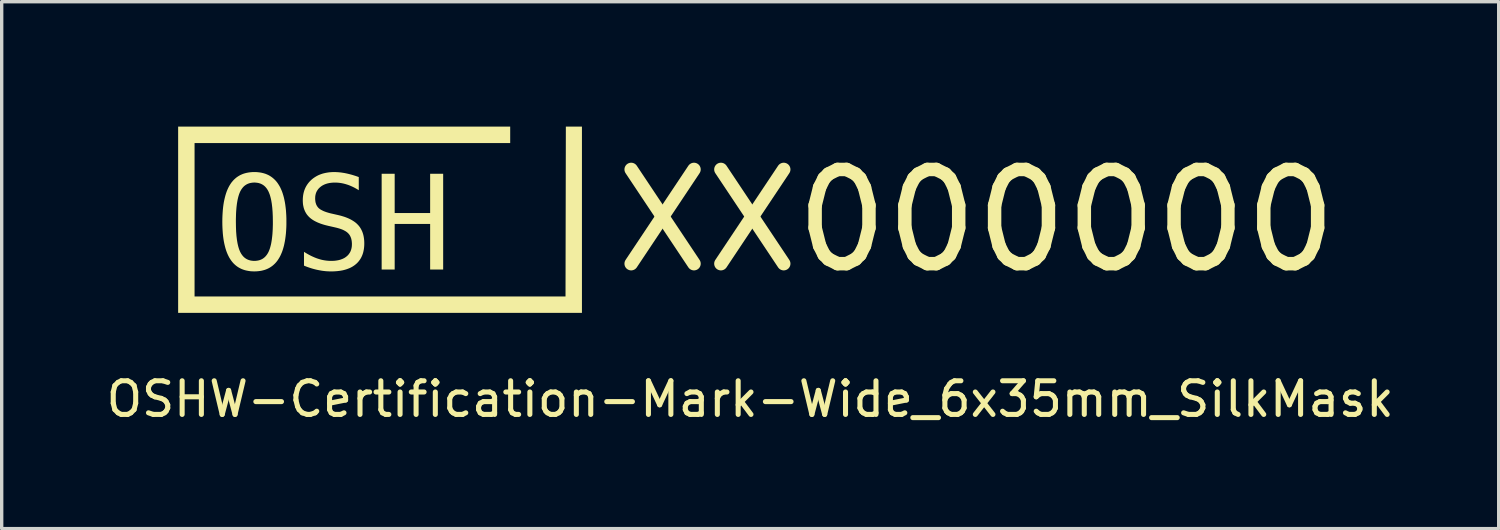
<source format=kicad_pcb>
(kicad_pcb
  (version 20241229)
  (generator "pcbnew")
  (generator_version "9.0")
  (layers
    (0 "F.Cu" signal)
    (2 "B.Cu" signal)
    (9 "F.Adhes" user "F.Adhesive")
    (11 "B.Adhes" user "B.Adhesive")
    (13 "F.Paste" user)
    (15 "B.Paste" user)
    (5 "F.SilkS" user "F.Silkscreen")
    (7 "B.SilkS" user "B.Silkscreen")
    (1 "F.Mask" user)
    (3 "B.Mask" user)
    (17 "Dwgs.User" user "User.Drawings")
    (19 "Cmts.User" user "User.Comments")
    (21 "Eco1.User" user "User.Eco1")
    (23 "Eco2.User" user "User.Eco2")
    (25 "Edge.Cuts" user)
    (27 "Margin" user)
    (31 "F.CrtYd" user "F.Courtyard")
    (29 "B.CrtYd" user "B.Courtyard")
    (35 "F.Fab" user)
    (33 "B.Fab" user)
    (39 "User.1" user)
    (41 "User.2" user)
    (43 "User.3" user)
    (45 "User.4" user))
  (footprint "OSHW-Certification-Mark-Wide_6x35mm_SilkMask"
    (layer "F.Cu")
    (at 19.244 3.111)
    (property "Reference" "OSHW-Certification-Mark-Wide_6x35mm_SilkMask" (at 0 5.7 0) (unlocked yes) (layer "F.SilkS") (effects (font (size 1 1) (thickness 0.15))))
    (attr board_only exclude_from_pos_files exclude_from_bom allow_missing_courtyard)
    (fp_poly (pts (xy -6.939 1.849) (xy -7.304 1.849) (xy -7.69 0.158) (xy -8.075 1.849) (xy -8.44 1.849) (xy -8.865 -0.997) (xy -8.489 -0.997) (xy -8.217 1.313) (xy -7.892 -0.215) (xy -7.49 -0.215) (xy -7.162 1.317) (xy -6.239 -3.111) (xy -5.864 -3.111)) (stroke (width 0) (type solid)) (fill yes) (layer "F.Mask"))
    (fp_poly (pts (xy -13.783 0.429) (xy -13.783 0.429) (xy -13.783 0.429)) (stroke (width 0) (type solid)) (fill yes) (layer "F.SilkS"))
    (fp_poly (pts (xy -5 3.137) (xy -17 3.137) (xy -17 -2.398) (xy -17 -2.398) (xy -7.132 -2.398) (xy -7.132 -1.91) (xy -16.512 -1.91) (xy -16.512 2.649) (xy -5.488 2.649) (xy -5.478 -2.398) (xy -5 -2.398)) (stroke (width 0) (type solid)) (fill yes) (layer "F.SilkS"))
    (fp_poly (pts (xy -10.565 0.17) (xy -9.511 0.17) (xy -9.511 -0.997) (xy -9.124 -0.997) (xy -9.124 1.849) (xy -9.511 1.849) (xy -9.511 0.494) (xy -10.565 0.494) (xy -10.565 1.849) (xy -10.952 1.849) (xy -10.952 -0.997) (xy -10.565 -0.997)) (stroke (width 0) (type solid)) (fill yes) (layer "F.SilkS"))
    (fp_poly (pts (xy -14.676 -1.047) (xy -14.619 -1.042) (xy -14.563 -1.035) (xy -14.51 -1.025) (xy -14.458 -1.012) (xy -14.409 -0.997) (xy -14.361 -0.978) (xy -14.315 -0.957) (xy -14.271 -0.932) (xy -14.23 -0.905) (xy -14.19 -0.875) (xy -14.152 -0.842) (xy -14.116 -0.807) (xy -14.081 -0.768) (xy -14.049 -0.727) (xy -14.019 -0.682) (xy -13.99 -0.635) (xy -13.963 -0.585) (xy -13.939 -0.532) (xy -13.915 -0.476) (xy -13.894 -0.416) (xy -13.875 -0.354) (xy -13.857 -0.289) (xy -13.842 -0.221) (xy -13.828 -0.151) (xy -13.816 -0.077) (xy -13.806 0.0002) (xy -13.797 0.08) (xy -13.791 0.163) (xy -13.786 0.249) (xy -13.783 0.337) (xy -13.783 0.429) (xy -13.783 0.52) (xy -13.786 0.609) (xy -13.791 0.694) (xy -13.797 0.777) (xy -13.806 0.857) (xy -13.816 0.933) (xy -13.828 1.007) (xy -13.842 1.078) (xy -13.857 1.146) (xy -13.875 1.211) (xy -13.894 1.273) (xy -13.915 1.332) (xy -13.939 1.388) (xy -13.963 1.441) (xy -13.99 1.491) (xy -14.019 1.538) (xy -14.034 1.561) (xy -14.049 1.583) (xy -14.065 1.604) (xy -14.081 1.624) (xy -14.098 1.644) (xy -14.116 1.663) (xy -14.133 1.681) (xy -14.152 1.698) (xy -14.17 1.715) (xy -14.19 1.731) (xy -14.209 1.747) (xy -14.23 1.761) (xy -14.25 1.775) (xy -14.271 1.788) (xy -14.293 1.801) (xy -14.315 1.813) (xy -14.338 1.824) (xy -14.361 1.834) (xy -14.385 1.844) (xy -14.409 1.853) (xy -14.433 1.861) (xy -14.458 1.868) (xy -14.484 1.875) (xy -14.51 1.881) (xy -14.536 1.887) (xy -14.563 1.891) (xy -14.619 1.898) (xy -14.676 1.903) (xy -14.736 1.904) (xy -14.795 1.903) (xy -14.852 1.899) (xy -14.908 1.891) (xy -14.961 1.881) (xy -15.013 1.869) (xy -15.062 1.853) (xy -15.11 1.835) (xy -15.156 1.813) (xy -15.2 1.789) (xy -15.242 1.762) (xy -15.282 1.732) (xy -15.32 1.699) (xy -15.356 1.664) (xy -15.39 1.625) (xy -15.422 1.584) (xy -15.452 1.54) (xy -15.481 1.493) (xy -15.507 1.443) (xy -15.532 1.39) (xy -15.555 1.334) (xy -15.576 1.275) (xy -15.595 1.213) (xy -15.612 1.148) (xy -15.628 1.08) (xy -15.642 1.009) (xy -15.654 0.935) (xy -15.664 0.858) (xy -15.672 0.779) (xy -15.678 0.696) (xy -15.683 0.61) (xy -15.686 0.521) (xy -15.687 0.429) (xy -15.284 0.429) (xy -15.282 0.58) (xy -15.277 0.719) (xy -15.267 0.848) (xy -15.253 0.965) (xy -15.244 1.019) (xy -15.235 1.071) (xy -15.224 1.12) (xy -15.213 1.166) (xy -15.2 1.21) (xy -15.187 1.25) (xy -15.172 1.288) (xy -15.157 1.323) (xy -15.14 1.355) (xy -15.131 1.371) (xy -15.122 1.386) (xy -15.112 1.4) (xy -15.102 1.414) (xy -15.092 1.428) (xy -15.082 1.44) (xy -15.071 1.453) (xy -15.06 1.465) (xy -15.049 1.476) (xy -15.037 1.487) (xy -15.025 1.497) (xy -15.012 1.507) (xy -15 1.516) (xy -14.987 1.524) (xy -14.973 1.533) (xy -14.96 1.54) (xy -14.946 1.547) (xy -14.931 1.554) (xy -14.917 1.56) (xy -14.902 1.565) (xy -14.887 1.57) (xy -14.871 1.575) (xy -14.855 1.579) (xy -14.839 1.582) (xy -14.823 1.585) (xy -14.806 1.587) (xy -14.789 1.589) (xy -14.771 1.591) (xy -14.736 1.592) (xy -14.7 1.591) (xy -14.665 1.587) (xy -14.631 1.582) (xy -14.599 1.575) (xy -14.568 1.566) (xy -14.539 1.554) (xy -14.51 1.541) (xy -14.483 1.525) (xy -14.458 1.507) (xy -14.433 1.487) (xy -14.41 1.465) (xy -14.389 1.441) (xy -14.368 1.415) (xy -14.349 1.387) (xy -14.331 1.357) (xy -14.314 1.325) (xy -14.299 1.29) (xy -14.284 1.252) (xy -14.27 1.211) (xy -14.258 1.168) (xy -14.246 1.122) (xy -14.235 1.073) (xy -14.226 1.021) (xy -14.217 0.966) (xy -14.21 0.909) (xy -14.203 0.849) (xy -14.197 0.786) (xy -14.193 0.72) (xy -14.189 0.651) (xy -14.187 0.58) (xy -14.185 0.506) (xy -14.185 0.429) (xy -14.187 0.278) (xy -14.193 0.138) (xy -14.203 0.009) (xy -14.217 -0.109) (xy -14.226 -0.163) (xy -14.235 -0.215) (xy -14.246 -0.264) (xy -14.258 -0.31) (xy -14.27 -0.354) (xy -14.284 -0.394) (xy -14.299 -0.432) (xy -14.314 -0.467) (xy -14.331 -0.499) (xy -14.34 -0.515) (xy -14.349 -0.53) (xy -14.358 -0.544) (xy -14.368 -0.558) (xy -14.378 -0.572) (xy -14.389 -0.584) (xy -14.399 -0.597) (xy -14.41 -0.609) (xy -14.422 -0.62) (xy -14.433 -0.631) (xy -14.445 -0.641) (xy -14.458 -0.651) (xy -14.47 -0.66) (xy -14.483 -0.668) (xy -14.497 -0.677) (xy -14.51 -0.684) (xy -14.524 -0.691) (xy -14.539 -0.698) (xy -14.553 -0.704) (xy -14.568 -0.709) (xy -14.584 -0.714) (xy -14.599 -0.719) (xy -14.615 -0.723) (xy -14.631 -0.726) (xy -14.648 -0.729) (xy -14.665 -0.731) (xy -14.682 -0.733) (xy -14.7 -0.735) (xy -14.736 -0.736) (xy -14.771 -0.735) (xy -14.806 -0.731) (xy -14.839 -0.726) (xy -14.871 -0.719) (xy -14.902 -0.709) (xy -14.931 -0.698) (xy -14.96 -0.684) (xy -14.987 -0.668) (xy -15.012 -0.651) (xy -15.037 -0.631) (xy -15.06 -0.609) (xy -15.082 -0.584) (xy -15.102 -0.558) (xy -15.122 -0.53) (xy -15.14 -0.499) (xy -15.157 -0.467) (xy -15.172 -0.432) (xy -15.187 -0.394) (xy -15.2 -0.354) (xy -15.213 -0.31) (xy -15.224 -0.264) (xy -15.235 -0.215) (xy -15.244 -0.163) (xy -15.253 -0.109) (xy -15.26 -0.051) (xy -15.267 0.009) (xy -15.272 0.072) (xy -15.277 0.138) (xy -15.28 0.206) (xy -15.282 0.278) (xy -15.284 0.352) (xy -15.284 0.429) (xy -15.687 0.429) (xy -15.686 0.337) (xy -15.683 0.249) (xy -15.678 0.163) (xy -15.672 0.08) (xy -15.664 0.0002) (xy -15.654 -0.077) (xy -15.642 -0.151) (xy -15.628 -0.221) (xy -15.612 -0.289) (xy -15.595 -0.354) (xy -15.576 -0.416) (xy -15.555 -0.476) (xy -15.532 -0.532) (xy -15.507 -0.585) (xy -15.481 -0.635) (xy -15.452 -0.682) (xy -15.437 -0.705) (xy -15.422 -0.727) (xy -15.406 -0.748) (xy -15.389 -0.768) (xy -15.372 -0.788) (xy -15.355 -0.807) (xy -15.337 -0.825) (xy -15.319 -0.842) (xy -15.3 -0.859) (xy -15.281 -0.875) (xy -15.261 -0.891) (xy -15.241 -0.905) (xy -15.22 -0.919) (xy -15.199 -0.932) (xy -15.177 -0.945) (xy -15.155 -0.957) (xy -15.132 -0.968) (xy -15.109 -0.978) (xy -15.086 -0.988) (xy -15.061 -0.997) (xy -15.037 -1.005) (xy -15.012 -1.012) (xy -14.986 -1.019) (xy -14.96 -1.025) (xy -14.907 -1.035) (xy -14.852 -1.042) (xy -14.795 -1.047) (xy -14.736 -1.048)) (stroke (width 0) (type solid)) (fill yes) (layer "F.SilkS"))
    (fp_poly (pts (xy -12.317 -1.047) (xy -12.275 -1.045) (xy -12.233 -1.042) (xy -12.19 -1.038) (xy -12.147 -1.033) (xy -12.103 -1.026) (xy -12.058 -1.019) (xy -12.013 -1.01) (xy -11.968 -1) (xy -11.921 -0.989) (xy -11.875 -0.977) (xy -11.827 -0.964) (xy -11.779 -0.949) (xy -11.731 -0.934) (xy -11.682 -0.917) (xy -11.632 -0.899) (xy -11.632 -0.508) (xy -11.676 -0.536) (xy -11.72 -0.561) (xy -11.764 -0.585) (xy -11.808 -0.607) (xy -11.852 -0.627) (xy -11.896 -0.646) (xy -11.94 -0.663) (xy -11.985 -0.678) (xy -12.028 -0.691) (xy -12.073 -0.703) (xy -12.117 -0.713) (xy -12.161 -0.721) (xy -12.205 -0.727) (xy -12.25 -0.732) (xy -12.294 -0.734) (xy -12.339 -0.735) (xy -12.373 -0.735) (xy -12.405 -0.733) (xy -12.437 -0.731) (xy -12.468 -0.727) (xy -12.498 -0.723) (xy -12.527 -0.717) (xy -12.556 -0.711) (xy -12.583 -0.703) (xy -12.61 -0.695) (xy -12.635 -0.685) (xy -12.66 -0.675) (xy -12.684 -0.663) (xy -12.707 -0.651) (xy -12.729 -0.637) (xy -12.75 -0.623) (xy -12.77 -0.607) (xy -12.789 -0.591) (xy -12.807 -0.575) (xy -12.824 -0.557) (xy -12.839 -0.539) (xy -12.853 -0.52) (xy -12.866 -0.5) (xy -12.878 -0.48) (xy -12.889 -0.459) (xy -12.898 -0.438) (xy -12.906 -0.415) (xy -12.913 -0.392) (xy -12.918 -0.368) (xy -12.923 -0.344) (xy -12.926 -0.319) (xy -12.927 -0.293) (xy -12.928 -0.266) (xy -12.928 -0.243) (xy -12.926 -0.22) (xy -12.924 -0.199) (xy -12.922 -0.178) (xy -12.918 -0.157) (xy -12.914 -0.137) (xy -12.908 -0.118) (xy -12.902 -0.1) (xy -12.896 -0.082) (xy -12.888 -0.065) (xy -12.879 -0.049) (xy -12.87 -0.034) (xy -12.86 -0.019) (xy -12.849 -0.005) (xy -12.838 0.009) (xy -12.825 0.022) (xy -12.811 0.034) (xy -12.796 0.046) (xy -12.78 0.058) (xy -12.762 0.069) (xy -12.742 0.08) (xy -12.721 0.091) (xy -12.699 0.102) (xy -12.676 0.113) (xy -12.651 0.123) (xy -12.624 0.133) (xy -12.596 0.143) (xy -12.567 0.152) (xy -12.537 0.161) (xy -12.505 0.17) (xy -12.471 0.179) (xy -12.436 0.187) (xy -12.234 0.233) (xy -12.185 0.245) (xy -12.138 0.258) (xy -12.092 0.272) (xy -12.048 0.286) (xy -12.005 0.302) (xy -11.965 0.318) (xy -11.926 0.335) (xy -11.888 0.353) (xy -11.853 0.372) (xy -11.819 0.392) (xy -11.787 0.412) (xy -11.756 0.433) (xy -11.727 0.455) (xy -11.7 0.478) (xy -11.675 0.502) (xy -11.651 0.527) (xy -11.629 0.552) (xy -11.608 0.579) (xy -11.589 0.607) (xy -11.571 0.636) (xy -11.555 0.666) (xy -11.54 0.697) (xy -11.526 0.729) (xy -11.514 0.763) (xy -11.503 0.798) (xy -11.494 0.833) (xy -11.486 0.87) (xy -11.48 0.908) (xy -11.475 0.947) (xy -11.471 0.988) (xy -11.469 1.029) (xy -11.468 1.072) (xy -11.469 1.122) (xy -11.472 1.17) (xy -11.477 1.217) (xy -11.484 1.263) (xy -11.493 1.307) (xy -11.503 1.349) (xy -11.516 1.39) (xy -11.531 1.43) (xy -11.548 1.468) (xy -11.566 1.504) (xy -11.587 1.539) (xy -11.61 1.572) (xy -11.634 1.604) (xy -11.661 1.635) (xy -11.689 1.664) (xy -11.72 1.691) (xy -11.752 1.717) (xy -11.786 1.741) (xy -11.822 1.764) (xy -11.86 1.785) (xy -11.899 1.804) (xy -11.941 1.821) (xy -11.984 1.837) (xy -12.028 1.851) (xy -12.075 1.864) (xy -12.124 1.875) (xy -12.174 1.884) (xy -12.226 1.891) (xy -12.28 1.897) (xy -12.335 1.901) (xy -12.392 1.904) (xy -12.452 1.905) (xy -12.502 1.904) (xy -12.552 1.902) (xy -12.602 1.899) (xy -12.652 1.894) (xy -12.702 1.888) (xy -12.753 1.88) (xy -12.803 1.871) (xy -12.854 1.861) (xy -12.904 1.85) (xy -12.955 1.837) (xy -13.006 1.823) (xy -13.056 1.808) (xy -13.107 1.791) (xy -13.158 1.773) (xy -13.209 1.754) (xy -13.26 1.733) (xy -13.26 1.323) (xy -13.205 1.357) (xy -13.152 1.388) (xy -13.099 1.417) (xy -13.047 1.444) (xy -12.995 1.468) (xy -12.945 1.49) (xy -12.895 1.51) (xy -12.846 1.527) (xy -12.797 1.542) (xy -12.748 1.556) (xy -12.699 1.567) (xy -12.649 1.576) (xy -12.6 1.583) (xy -12.551 1.588) (xy -12.501 1.591) (xy -12.452 1.592) (xy -12.416 1.592) (xy -12.381 1.59) (xy -12.347 1.588) (xy -12.314 1.584) (xy -12.282 1.579) (xy -12.251 1.574) (xy -12.221 1.567) (xy -12.192 1.56) (xy -12.165 1.551) (xy -12.138 1.541) (xy -12.112 1.531) (xy -12.087 1.519) (xy -12.063 1.507) (xy -12.04 1.493) (xy -12.019 1.478) (xy -11.998 1.462) (xy -11.978 1.446) (xy -11.96 1.428) (xy -11.943 1.41) (xy -11.927 1.39) (xy -11.913 1.37) (xy -11.899 1.349) (xy -11.887 1.328) (xy -11.876 1.305) (xy -11.867 1.282) (xy -11.859 1.258) (xy -11.852 1.233) (xy -11.846 1.207) (xy -11.842 1.181) (xy -11.838 1.154) (xy -11.837 1.125) (xy -11.836 1.097) (xy -11.836 1.07) (xy -11.838 1.045) (xy -11.84 1.02) (xy -11.843 0.996) (xy -11.847 0.973) (xy -11.852 0.951) (xy -11.857 0.929) (xy -11.864 0.908) (xy -11.872 0.888) (xy -11.88 0.869) (xy -11.889 0.851) (xy -11.899 0.833) (xy -11.91 0.816) (xy -11.922 0.8) (xy -11.935 0.785) (xy -11.948 0.771) (xy -11.963 0.757) (xy -11.979 0.743) (xy -11.996 0.73) (xy -12.014 0.718) (xy -12.034 0.705) (xy -12.055 0.694) (xy -12.077 0.682) (xy -12.1 0.671) (xy -12.125 0.66) (xy -12.151 0.65) (xy -12.179 0.64) (xy -12.207 0.631) (xy -12.238 0.622) (xy -12.269 0.613) (xy -12.301 0.605) (xy -12.335 0.597) (xy -12.541 0.55) (xy -12.59 0.538) (xy -12.637 0.526) (xy -12.682 0.513) (xy -12.726 0.499) (xy -12.768 0.485) (xy -12.808 0.469) (xy -12.846 0.454) (xy -12.883 0.437) (xy -12.918 0.42) (xy -12.952 0.402) (xy -12.984 0.383) (xy -13.014 0.364) (xy -13.042 0.344) (xy -13.069 0.323) (xy -13.094 0.301) (xy -13.117 0.279) (xy -13.138 0.256) (xy -13.159 0.232) (xy -13.178 0.207) (xy -13.195 0.181) (xy -13.211 0.154) (xy -13.226 0.126) (xy -13.239 0.097) (xy -13.251 0.067) (xy -13.262 0.036) (xy -13.271 0.004) (xy -13.278 -0.029) (xy -13.285 -0.062) (xy -13.29 -0.097) (xy -13.293 -0.133) (xy -13.295 -0.17) (xy -13.296 -0.207) (xy -13.295 -0.254) (xy -13.292 -0.3) (xy -13.287 -0.345) (xy -13.28 -0.388) (xy -13.271 -0.431) (xy -13.26 -0.472) (xy -13.247 -0.512) (xy -13.232 -0.55) (xy -13.215 -0.588) (xy -13.196 -0.624) (xy -13.175 -0.659) (xy -13.152 -0.693) (xy -13.127 -0.726) (xy -13.1 -0.758) (xy -13.071 -0.788) (xy -13.041 -0.817) (xy -13.008 -0.845) (xy -12.974 -0.871) (xy -12.938 -0.895) (xy -12.901 -0.918) (xy -12.863 -0.939) (xy -12.824 -0.958) (xy -12.783 -0.975) (xy -12.741 -0.99) (xy -12.698 -1.004) (xy -12.653 -1.015) (xy -12.607 -1.025) (xy -12.56 -1.033) (xy -12.512 -1.04) (xy -12.462 -1.044) (xy -12.411 -1.047) (xy -12.358 -1.048)) (stroke (width 0) (type solid)) (fill yes) (layer "F.SilkS"))
    (fp_text user "XX000000" (at -4.2 0.4 0) (unlocked yes) (layer "F.SilkS") (effects (font (size 2.8 2.8) (thickness 0.4)) (justify left))))
  (gr_rect
    (start -3 -3)
    (end 41.488 12.659)
    (stroke (width 0.1) (type default))
    (fill no)
    (layer "Edge.Cuts")))
</source>
